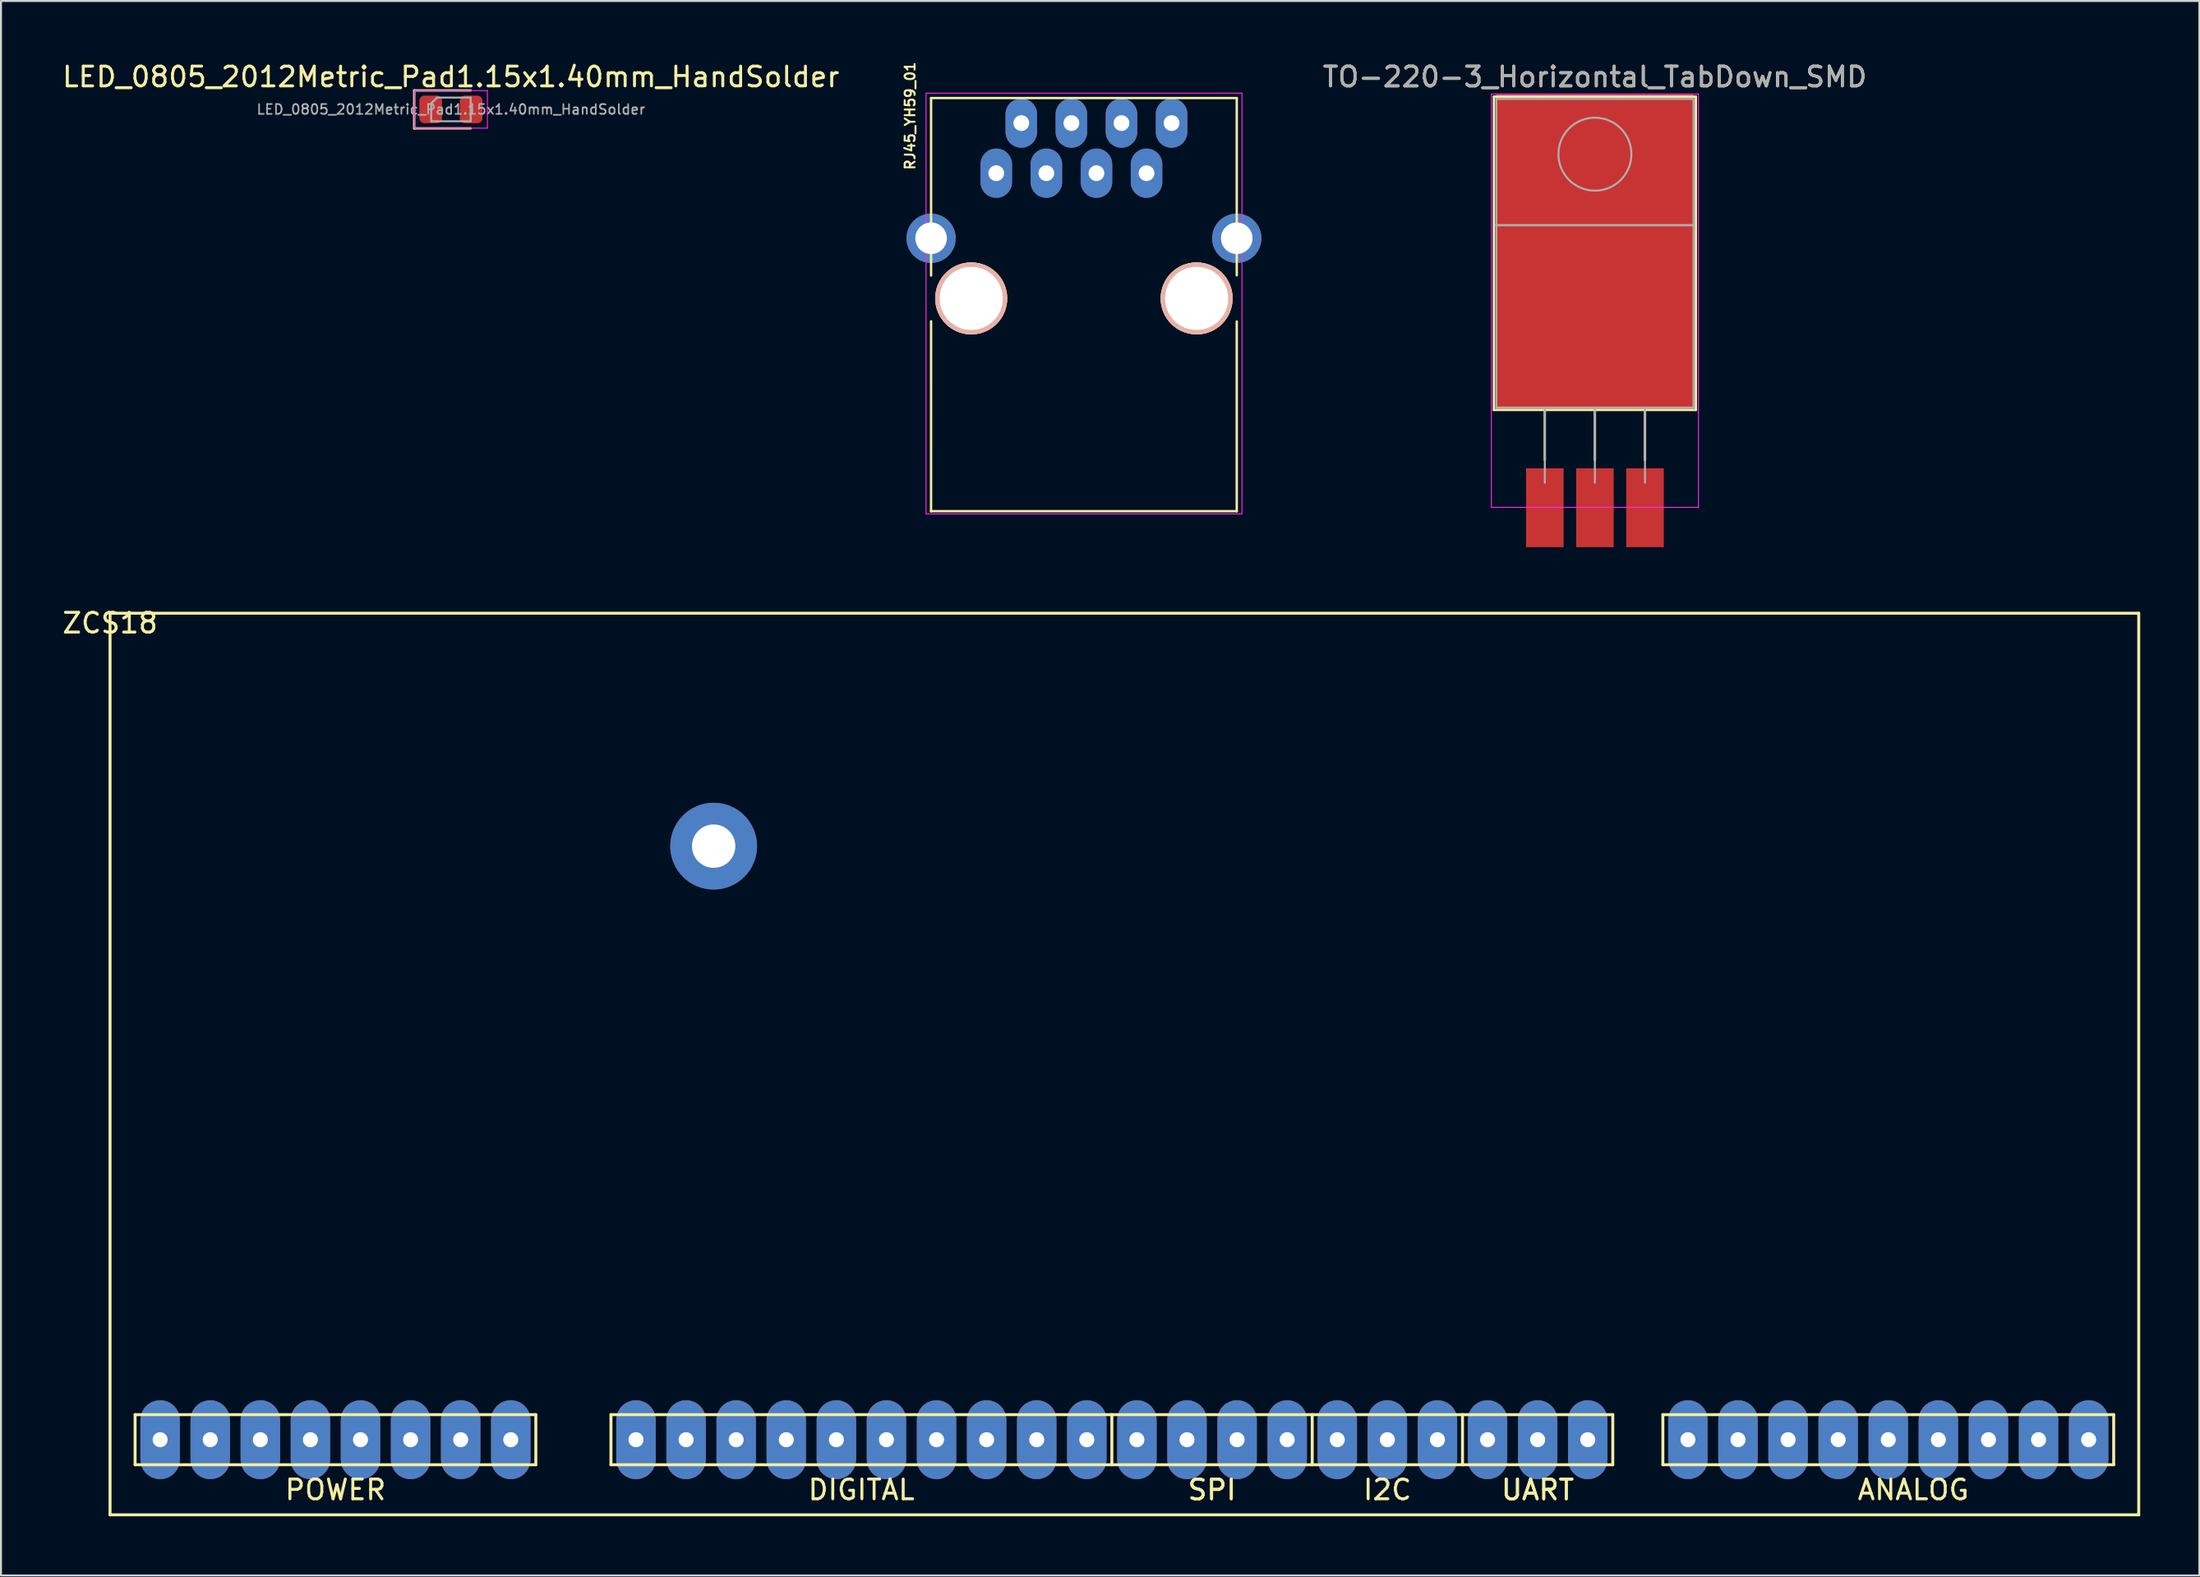
<source format=kicad_pcb>
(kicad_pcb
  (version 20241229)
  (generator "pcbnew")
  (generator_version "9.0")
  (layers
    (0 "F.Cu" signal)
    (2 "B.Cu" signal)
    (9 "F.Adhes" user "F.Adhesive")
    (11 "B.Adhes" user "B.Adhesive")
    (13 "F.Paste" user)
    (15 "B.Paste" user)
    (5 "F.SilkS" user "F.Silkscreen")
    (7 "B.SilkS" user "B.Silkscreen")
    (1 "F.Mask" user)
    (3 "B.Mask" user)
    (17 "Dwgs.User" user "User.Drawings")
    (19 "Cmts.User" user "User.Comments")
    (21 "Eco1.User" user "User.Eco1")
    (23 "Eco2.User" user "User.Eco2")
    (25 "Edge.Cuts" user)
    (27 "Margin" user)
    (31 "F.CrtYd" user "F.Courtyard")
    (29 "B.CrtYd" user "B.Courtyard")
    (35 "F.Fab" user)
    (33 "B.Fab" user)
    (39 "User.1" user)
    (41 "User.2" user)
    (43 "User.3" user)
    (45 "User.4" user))
  (footprint "RJ45_YH59_01"
    (layer "F.Cu")
    (at 47.463 5.736)
    (property "Reference" "RJ45_YH59_01" (at -4.364 -2.91 270) (layer "F.SilkS") (effects (font (size 0.5 0.5) (thickness 0.1))))
    (attr through_hole)
    (fp_line (start -3.3 -3.814) (end -3.3 5.186) (stroke (width 0.12) (type solid)) (layer "F.SilkS"))
    (fp_line (start -3.3 7.506) (end -3.302 17.145) (stroke (width 0.12) (type solid)) (layer "F.SilkS"))
    (fp_line (start -3.3 17.136) (end 12.2 17.136) (stroke (width 0.12) (type solid)) (layer "F.SilkS"))
    (fp_line (start 12.2 -3.814) (end -3.3 -3.814) (stroke (width 0.12) (type solid)) (layer "F.SilkS"))
    (fp_line (start 12.2 -3.814) (end 12.2 5.176) (stroke (width 0.12) (type solid)) (layer "F.SilkS"))
    (fp_line (start 12.2 7.516) (end 12.2 17.145) (stroke (width 0.12) (type solid)) (layer "F.SilkS"))
    (fp_line (start -3.555 -4.064) (end -3.556 17.272) (stroke (width 0.05) (type solid)) (layer "F.CrtYd"))
    (fp_line (start -3.555 -4.064) (end 12.465 -4.064) (stroke (width 0.05) (type solid)) (layer "F.CrtYd"))
    (fp_line (start 12.464 17.272) (end -3.556 17.272) (stroke (width 0.05) (type solid)) (layer "F.CrtYd"))
    (fp_line (start 12.465 17.272) (end 12.465 -4.064) (stroke (width 0.05) (type solid)) (layer "F.CrtYd"))
    (pad "" np_thru_hole circle (at -1.265 6.346) (size 3.65 3.65) (drill 3.2) (layers "*.Cu" "*.SilkS" "*.Mask"))
    (pad "" np_thru_hole circle (at 10.165 6.346) (size 3.65 3.65) (drill 3.2) (layers "*.Cu" "*.SilkS" "*.Mask"))
    (pad "1" thru_hole oval (at 0.005 -0.004) (size 1.6 2.5) (drill 0.8) (layers "*.Cu" "*.Mask"))
    (pad "2" thru_hole oval (at 1.275 -2.544) (size 1.6 2.5) (drill 0.8) (layers "*.Cu" "*.Mask"))
    (pad "3" thru_hole oval (at 2.545 -0.004) (size 1.6 2.5) (drill 0.8) (layers "*.Cu" "*.Mask"))
    (pad "4" thru_hole oval (at 3.815 -2.544) (size 1.6 2.5) (drill 0.8) (layers "*.Cu" "*.Mask"))
    (pad "5" thru_hole oval (at 5.085 -0.004) (size 1.6 2.5) (drill 0.8) (layers "*.Cu" "*.Mask"))
    (pad "6" thru_hole oval (at 6.355 -2.544) (size 1.6 2.5) (drill 0.8) (layers "*.Cu" "*.Mask"))
    (pad "7" thru_hole oval (at 7.625 -0.004) (size 1.6 2.5) (drill 0.8) (layers "*.Cu" "*.Mask"))
    (pad "8" thru_hole oval (at 8.895 -2.544) (size 1.6 2.5) (drill 0.8) (layers "*.Cu" "*.Mask"))
    (pad "9" thru_hole circle (at -3.3 3.296) (size 2.5 2.5) (drill 1.6) (layers "*.Cu" "*.Mask"))
    (pad "9" thru_hole circle (at 12.2 3.296) (size 2.5 2.5) (drill 1.6) (layers "*.Cu" "*.Mask")))
  (footprint "TO-220-3_Horizontal_TabDown_SMD"
    (layer "F.Cu")
    (at 75.284 21.428)
    (property "Reference" "TO-220-3_Horizontal_TabDown_SMD" (at 2.54 -20.58 180) (layer "F.SilkS") (effects (font (size 1 1) (thickness 0.15))))
    (attr through_hole)
    (fp_line (start -2.58 -19.58) (end -2.58 -3.69) (stroke (width 0.12) (type solid)) (layer "F.SilkS"))
    (fp_line (start -2.58 -19.58) (end 7.66 -19.58) (stroke (width 0.12) (type solid)) (layer "F.SilkS"))
    (fp_line (start -2.58 -3.69) (end 7.66 -3.69) (stroke (width 0.12) (type solid)) (layer "F.SilkS"))
    (fp_line (start 0 -3.69) (end 0 -1.15) (stroke (width 0.12) (type solid)) (layer "F.SilkS"))
    (fp_line (start 2.54 -3.69) (end 2.54 -1.15) (stroke (width 0.12) (type solid)) (layer "F.SilkS"))
    (fp_line (start 5.08 -3.69) (end 5.08 -1.15) (stroke (width 0.12) (type solid)) (layer "F.SilkS"))
    (fp_line (start 7.66 -19.58) (end 7.66 -3.69) (stroke (width 0.12) (type solid)) (layer "F.SilkS"))
    (fp_line (start -2.71 -19.71) (end -2.71 1.25) (stroke (width 0.05) (type solid)) (layer "F.CrtYd"))
    (fp_line (start -2.71 1.25) (end 7.79 1.25) (stroke (width 0.05) (type solid)) (layer "F.CrtYd"))
    (fp_line (start 7.79 -19.71) (end -2.71 -19.71) (stroke (width 0.05) (type solid)) (layer "F.CrtYd"))
    (fp_line (start 7.79 1.25) (end 7.79 -19.71) (stroke (width 0.05) (type solid)) (layer "F.CrtYd"))
    (fp_line (start -2.46 -19.46) (end 7.54 -19.46) (stroke (width 0.1) (type solid)) (layer "F.Fab"))
    (fp_line (start -2.46 -13.06) (end -2.46 -19.46) (stroke (width 0.1) (type solid)) (layer "F.Fab"))
    (fp_line (start -2.46 -13.06) (end 7.54 -13.06) (stroke (width 0.1) (type solid)) (layer "F.Fab"))
    (fp_line (start -2.46 -3.81) (end -2.46 -13.06) (stroke (width 0.1) (type solid)) (layer "F.Fab"))
    (fp_line (start 0 -3.81) (end 0 0) (stroke (width 0.1) (type solid)) (layer "F.Fab"))
    (fp_line (start 2.54 -3.81) (end 2.54 0) (stroke (width 0.1) (type solid)) (layer "F.Fab"))
    (fp_line (start 5.08 -3.81) (end 5.08 0) (stroke (width 0.1) (type solid)) (layer "F.Fab"))
    (fp_line (start 7.54 -19.46) (end 7.54 -13.06) (stroke (width 0.1) (type solid)) (layer "F.Fab"))
    (fp_line (start 7.54 -13.06) (end -2.46 -13.06) (stroke (width 0.1) (type solid)) (layer "F.Fab"))
    (fp_line (start 7.54 -13.06) (end 7.54 -3.81) (stroke (width 0.1) (type solid)) (layer "F.Fab"))
    (fp_line (start 7.54 -3.81) (end -2.46 -3.81) (stroke (width 0.1) (type solid)) (layer "F.Fab"))
    (fp_circle (center 2.54 -16.66) (end 4.39 -16.66) (stroke (width 0.1) (type solid)) (fill no) (layer "F.Fab"))
    (fp_text user "${REFERENCE}" (at 2.54 -20.58 180) (layer "F.Fab") (effects (font (size 1 1) (thickness 0.15))))
    (pad "" smd rect (at 2.54 -11.684) (size 10 16) (layers "F.Cu" "F.Mask" "F.Paste"))
    (pad "1" smd rect (at 0 1.27) (size 1.905 4) (layers "F.Cu" "F.Mask" "F.Paste"))
    (pad "2" smd rect (at 2.54 1.27) (size 1.905 4) (layers "F.Cu" "F.Mask" "F.Paste"))
    (pad "3" smd rect (at 5.08 1.27) (size 1.905 4) (layers "F.Cu" "F.Mask" "F.Paste")))
  (footprint "LED_0805_2012Metric_Pad1.15x1.40mm_HandSolder"
    (layer "F.Cu")
    (at 19.815 2.498)
    (property "Reference" "LED_0805_2012Metric_Pad1.15x1.40mm_HandSolder" (at 0 -1.65 180) (layer "F.SilkS") (effects (font (size 1 1) (thickness 0.15))))
    (attr smd)
    (fp_line (start -1.86 -0.96) (end -1.86 0.96) (stroke (width 0.12) (type solid)) (layer "F.SilkS"))
    (fp_line (start -1.86 0.96) (end 1 0.96) (stroke (width 0.12) (type solid)) (layer "F.SilkS"))
    (fp_line (start 1 -0.96) (end -1.86 -0.96) (stroke (width 0.12) (type solid)) (layer "F.SilkS"))
    (fp_line (start -1.85 -0.95) (end 1.85 -0.95) (stroke (width 0.05) (type solid)) (layer "F.CrtYd"))
    (fp_line (start -1.85 0.95) (end -1.85 -0.95) (stroke (width 0.05) (type solid)) (layer "F.CrtYd"))
    (fp_line (start 1.85 -0.95) (end 1.85 0.95) (stroke (width 0.05) (type solid)) (layer "F.CrtYd"))
    (fp_line (start 1.85 0.95) (end -1.85 0.95) (stroke (width 0.05) (type solid)) (layer "F.CrtYd"))
    (fp_line (start -1 -0.3) (end -1 0.6) (stroke (width 0.1) (type solid)) (layer "F.Fab"))
    (fp_line (start -1 0.6) (end 1 0.6) (stroke (width 0.1) (type solid)) (layer "F.Fab"))
    (fp_line (start -0.7 -0.6) (end -1 -0.3) (stroke (width 0.1) (type solid)) (layer "F.Fab"))
    (fp_line (start 1 -0.6) (end -0.7 -0.6) (stroke (width 0.1) (type solid)) (layer "F.Fab"))
    (fp_line (start 1 0.6) (end 1 -0.6) (stroke (width 0.1) (type solid)) (layer "F.Fab"))
    (fp_text user "${REFERENCE}" (at 0 0 180) (layer "F.Fab") (effects (font (size 0.5 0.5) (thickness 0.08))))
    (pad "1" smd roundrect (at -1.025 0) (size 1.15 1.4) (layers "F.Cu" "F.Mask" "F.Paste") (roundrect_rratio 0.217))
    (pad "2" smd roundrect (at 1.025 0) (size 1.15 1.4) (layers "F.Cu" "F.Mask" "F.Paste") (roundrect_rratio 0.217)))
  (footprint "ZCS18"
    (layer "F.Cu")
    (at 2.53 28.047)
    (property "Reference" "ZCS18" (at 0 0.5 0) (layer "F.SilkS") (effects (font (size 1 1) (thickness 0.15))))
    (attr through_hole)
    (fp_line (start 0 0) (end 0 45.72) (stroke (width 0.15) (type solid)) (layer "F.SilkS"))
    (fp_line (start 0 0) (end 102.87 0) (stroke (width 0.15) (type solid)) (layer "F.SilkS"))
    (fp_line (start 0 45.72) (end 102.87 45.72) (stroke (width 0.15) (type solid)) (layer "F.SilkS"))
    (fp_line (start 1.27 40.64) (end 1.27 43.18) (stroke (width 0.15) (type solid)) (layer "F.SilkS"))
    (fp_line (start 1.27 43.18) (end 21.59 43.18) (stroke (width 0.15) (type solid)) (layer "F.SilkS"))
    (fp_line (start 21.59 40.64) (end 1.27 40.64) (stroke (width 0.15) (type solid)) (layer "F.SilkS"))
    (fp_line (start 21.59 43.18) (end 21.59 40.64) (stroke (width 0.15) (type solid)) (layer "F.SilkS"))
    (fp_line (start 25.4 40.64) (end 25.4 43.18) (stroke (width 0.15) (type solid)) (layer "F.SilkS"))
    (fp_line (start 25.4 43.18) (end 50.8 43.18) (stroke (width 0.15) (type solid)) (layer "F.SilkS"))
    (fp_line (start 50.8 40.64) (end 25.4 40.64) (stroke (width 0.15) (type solid)) (layer "F.SilkS"))
    (fp_line (start 50.8 43.18) (end 50.8 40.64) (stroke (width 0.15) (type solid)) (layer "F.SilkS"))
    (fp_line (start 50.8 43.18) (end 60.96 43.18) (stroke (width 0.15) (type solid)) (layer "F.SilkS"))
    (fp_line (start 60.96 40.64) (end 50.8 40.64) (stroke (width 0.15) (type solid)) (layer "F.SilkS"))
    (fp_line (start 60.96 43.18) (end 60.96 40.64) (stroke (width 0.15) (type solid)) (layer "F.SilkS"))
    (fp_line (start 60.96 43.18) (end 68.58 43.18) (stroke (width 0.15) (type solid)) (layer "F.SilkS"))
    (fp_line (start 68.58 40.64) (end 60.96 40.64) (stroke (width 0.15) (type solid)) (layer "F.SilkS"))
    (fp_line (start 68.58 43.18) (end 68.58 40.64) (stroke (width 0.15) (type solid)) (layer "F.SilkS"))
    (fp_line (start 68.58 43.18) (end 76.2 43.18) (stroke (width 0.15) (type solid)) (layer "F.SilkS"))
    (fp_line (start 76.2 40.64) (end 68.58 40.64) (stroke (width 0.15) (type solid)) (layer "F.SilkS"))
    (fp_line (start 76.2 43.18) (end 76.2 40.64) (stroke (width 0.15) (type solid)) (layer "F.SilkS"))
    (fp_line (start 78.74 40.64) (end 78.74 43.18) (stroke (width 0.15) (type solid)) (layer "F.SilkS"))
    (fp_line (start 78.74 43.18) (end 101.6 43.18) (stroke (width 0.15) (type solid)) (layer "F.SilkS"))
    (fp_line (start 101.6 40.64) (end 78.74 40.64) (stroke (width 0.15) (type solid)) (layer "F.SilkS"))
    (fp_line (start 101.6 43.18) (end 101.6 40.64) (stroke (width 0.15) (type solid)) (layer "F.SilkS"))
    (fp_line (start 102.87 0) (end 102.87 45.72) (stroke (width 0.15) (type solid)) (layer "F.SilkS"))
    (fp_text user "UART" (at 72.39 44.45 0) (layer "F.SilkS") (effects (font (size 1 1) (thickness 0.15))))
    (fp_text user "I2C" (at 64.77 44.45 0) (layer "F.SilkS") (effects (font (size 1 1) (thickness 0.15))))
    (fp_text user "ANALOG" (at 91.44 44.45 0) (layer "F.SilkS") (effects (font (size 1 1) (thickness 0.15))))
    (fp_text user "SPI" (at 55.88 44.45 0) (layer "F.SilkS") (effects (font (size 1 1) (thickness 0.15))))
    (fp_text user "DIGITAL" (at 38.1 44.45 0) (layer "F.SilkS") (effects (font (size 1 1) (thickness 0.15))))
    (fp_text user "POWER" (at 11.43 44.45 0) (layer "F.SilkS") (effects (font (size 1 1) (thickness 0.15))))
    (fp_text user "SPI" (at 55.88 44.45 0) (layer "F.SilkS") (effects (font (size 1 1) (thickness 0.15))))
    (fp_text user "UART" (at 72.39 44.45 0) (layer "F.SilkS") (effects (font (size 1 1) (thickness 0.15))))
    (pad "1" thru_hole oval (at 2.54 41.91) (size 2 4) (drill 0.762) (layers "*.Cu" "*.Mask"))
    (pad "2" thru_hole oval (at 5.08 41.91) (size 2 4) (drill 0.762) (layers "*.Cu" "*.Mask"))
    (pad "3" thru_hole oval (at 7.62 41.91) (size 2 4) (drill 0.762) (layers "*.Cu" "*.Mask"))
    (pad "4" thru_hole oval (at 10.16 41.91) (size 2 4) (drill 0.762) (layers "*.Cu" "*.Mask"))
    (pad "5" thru_hole oval (at 12.7 41.91) (size 2 4) (drill 0.762) (layers "*.Cu" "*.Mask"))
    (pad "6" thru_hole oval (at 15.24 41.91) (size 2 4) (drill 0.762) (layers "*.Cu" "*.Mask"))
    (pad "7" thru_hole oval (at 17.78 41.91) (size 2 4) (drill 0.762) (layers "*.Cu" "*.Mask"))
    (pad "8" thru_hole oval (at 20.32 41.91) (size 2 4) (drill 0.762) (layers "*.Cu" "*.Mask"))
    (pad "9" thru_hole oval (at 26.67 41.91) (size 2 4) (drill 0.762) (layers "*.Cu" "*.Mask"))
    (pad "10" thru_hole oval (at 29.21 41.91) (size 2 4) (drill 0.762) (layers "*.Cu" "*.Mask"))
    (pad "11" thru_hole oval (at 31.75 41.91) (size 2 4) (drill 0.762) (layers "*.Cu" "*.Mask"))
    (pad "12" thru_hole oval (at 34.29 41.91) (size 2 4) (drill 0.762) (layers "*.Cu" "*.Mask"))
    (pad "13" thru_hole oval (at 36.83 41.91) (size 2 4) (drill 0.762) (layers "*.Cu" "*.Mask"))
    (pad "14" thru_hole oval (at 39.37 41.91) (size 2 4) (drill 0.762) (layers "*.Cu" "*.Mask"))
    (pad "15" thru_hole oval (at 41.91 41.91) (size 2 4) (drill 0.762) (layers "*.Cu" "*.Mask"))
    (pad "16" thru_hole oval (at 44.45 41.91) (size 2 4) (drill 0.762) (layers "*.Cu" "*.Mask"))
    (pad "17" thru_hole oval (at 46.99 41.91) (size 2 4) (drill 0.762) (layers "*.Cu" "*.Mask"))
    (pad "18" thru_hole oval (at 49.53 41.91) (size 2 4) (drill 0.762) (layers "*.Cu" "*.Mask"))
    (pad "19" thru_hole oval (at 52.07 41.91) (size 2 4) (drill 0.762) (layers "*.Cu" "*.Mask"))
    (pad "20" thru_hole oval (at 54.61 41.91) (size 2 4) (drill 0.762) (layers "*.Cu" "*.Mask"))
    (pad "21" thru_hole oval (at 57.15 41.91) (size 2 4) (drill 0.762) (layers "*.Cu" "*.Mask"))
    (pad "22" thru_hole oval (at 59.69 41.91) (size 2 4) (drill 0.762) (layers "*.Cu" "*.Mask"))
    (pad "23" thru_hole oval (at 62.23 41.91) (size 2 4) (drill 0.762) (layers "*.Cu" "*.Mask"))
    (pad "24" thru_hole oval (at 64.77 41.91) (size 2 4) (drill 0.762) (layers "*.Cu" "*.Mask"))
    (pad "25" thru_hole oval (at 67.31 41.91) (size 2 4) (drill 0.762) (layers "*.Cu" "*.Mask"))
    (pad "26" thru_hole oval (at 69.85 41.91) (size 2 4) (drill 0.762) (layers "*.Cu" "*.Mask"))
    (pad "27" thru_hole oval (at 72.39 41.91) (size 2 4) (drill 0.762) (layers "*.Cu" "*.Mask"))
    (pad "28" thru_hole oval (at 74.93 41.91) (size 2 4) (drill 0.762) (layers "*.Cu" "*.Mask"))
    (pad "29" thru_hole oval (at 80.01 41.91) (size 2 4) (drill 0.762) (layers "*.Cu" "*.Mask"))
    (pad "30" thru_hole oval (at 82.55 41.91) (size 2 4) (drill 0.762) (layers "*.Cu" "*.Mask"))
    (pad "31" thru_hole oval (at 85.09 41.91) (size 2 4) (drill 0.762) (layers "*.Cu" "*.Mask"))
    (pad "32" thru_hole oval (at 87.63 41.91) (size 2 4) (drill 0.762) (layers "*.Cu" "*.Mask"))
    (pad "33" thru_hole oval (at 90.17 41.91) (size 2 4) (drill 0.762) (layers "*.Cu" "*.Mask"))
    (pad "34" thru_hole oval (at 92.71 41.91) (size 2 4) (drill 0.762) (layers "*.Cu" "*.Mask"))
    (pad "35" thru_hole oval (at 95.25 41.91) (size 2 4) (drill 0.762) (layers "*.Cu" "*.Mask"))
    (pad "36" thru_hole oval (at 97.79 41.91) (size 2 4) (drill 0.762) (layers "*.Cu" "*.Mask"))
    (pad "37" thru_hole oval (at 100.33 41.91) (size 2 4) (drill 0.762) (layers "*.Cu" "*.Mask"))
    (pad "40" thru_hole circle (at 30.608 11.811) (size 4.4 4.4) (drill 2.2) (layers "*.Cu" "*.Mask")))
  (gr_rect
    (start -3 -3)
    (end 108.475 76.841)
    (stroke (width 0.1) (type default))
    (fill no)
    (layer "Edge.Cuts")))
</source>
